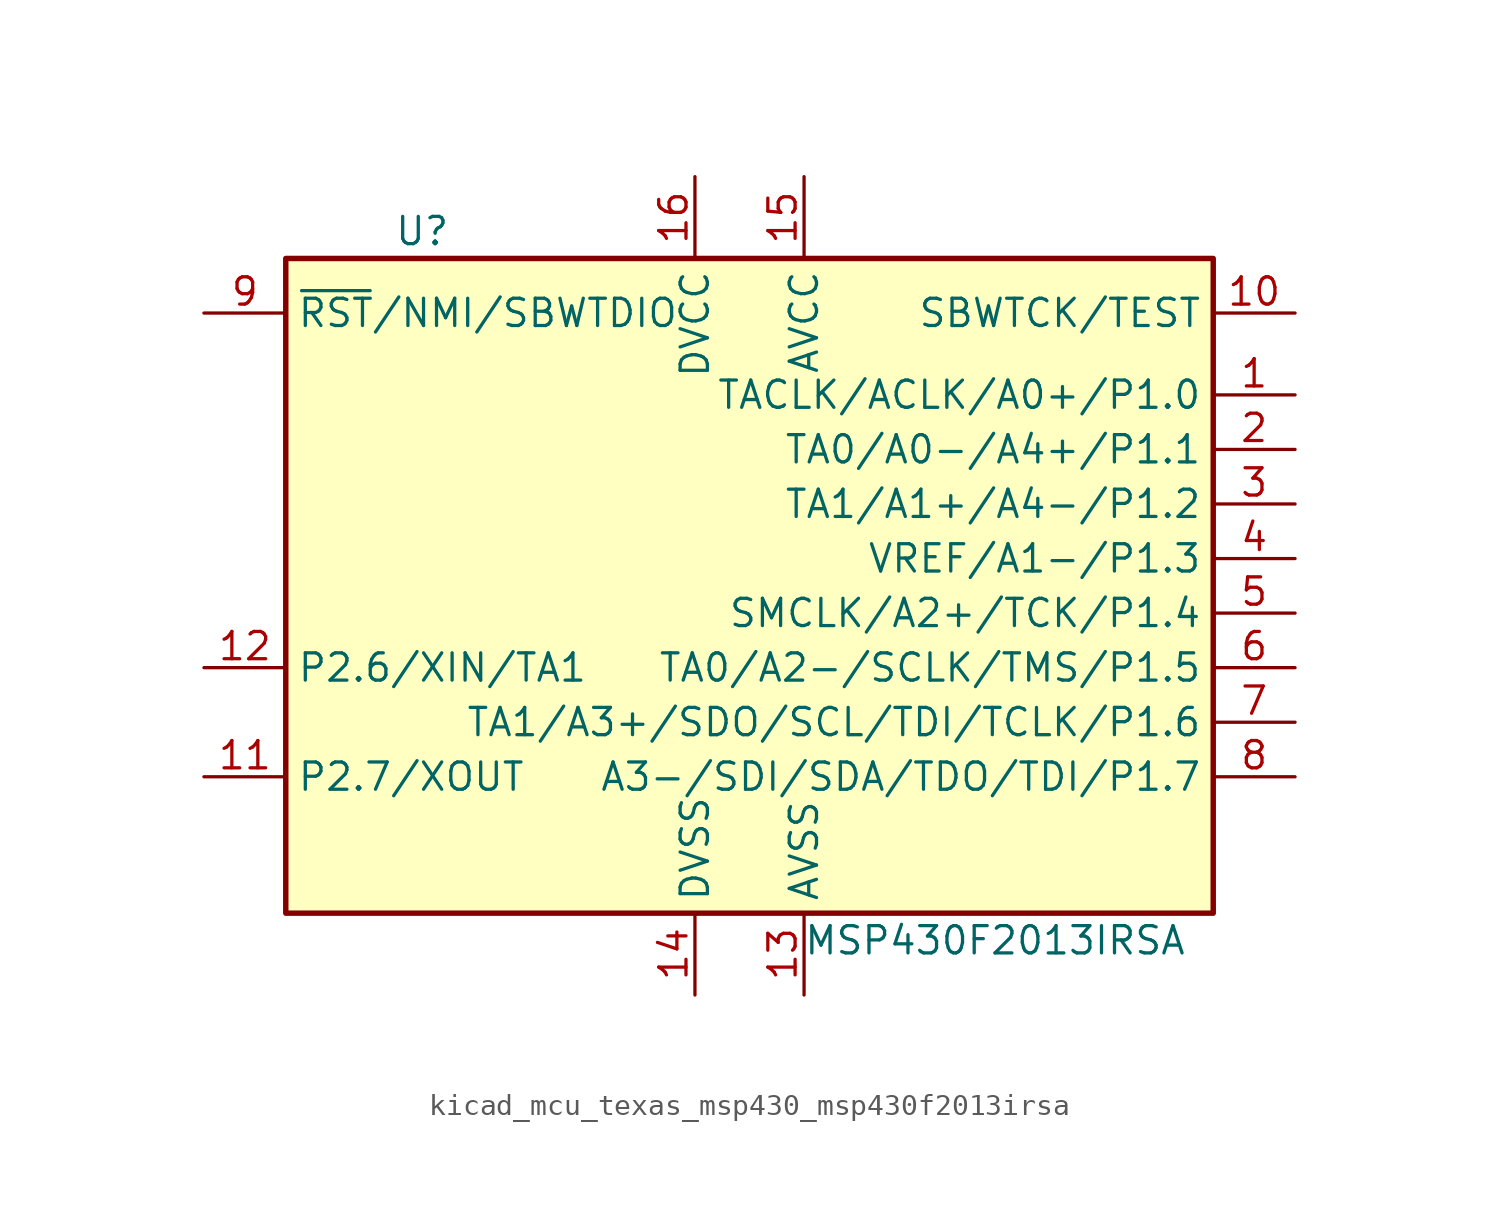
<source format=kicad_sym>
(kicad_symbol_lib
  (version 20220914)
  (generator kicad_symbol_editor)
  (symbol "kicad_mcu_texas_msp430_msp430f2013irsa"
    (property "Reference" "U"
      (at -15.24 15.24 0)
      (effects (font (size 1.27 1.27))))
    (property "Value" "MSP430F2013IRSA"
      (at 11.43 -17.78 0)
      (effects (font (size 1.27 1.27))))
    (symbol "kicad_mcu_texas_msp430_msp430f2013irsa_0_1"
      (rectangle (start -21.59 13.97) (end 21.59 -16.51) (stroke (width 0.254) (type default)) (fill (type background))))
    (symbol "kicad_mcu_texas_msp430_msp430f2013irsa_1_1"
      (pin bidirectional line (at 25.4 7.62 180) (length 3.81) (name "TACLK/ACLK/A0+/P1.0" (effects (font (size 1.27 1.27)))) (number "1" (effects (font (size 1.27 1.27)))))
      (pin input line (at 25.4 11.43 180) (length 3.81) (name "SBWTCK/TEST" (effects (font (size 1.27 1.27)))) (number "10" (effects (font (size 1.27 1.27)))))
      (pin bidirectional line (at -25.4 -10.16 0) (length 3.81) (name "P2.7/XOUT" (effects (font (size 1.27 1.27)))) (number "11" (effects (font (size 1.27 1.27)))))
      (pin bidirectional line (at -25.4 -5.08 0) (length 3.81) (name "P2.6/XIN/TA1" (effects (font (size 1.27 1.27)))) (number "12" (effects (font (size 1.27 1.27)))))
      (pin power_in line (at 2.54 -20.32 90) (length 3.81) (name "AVSS" (effects (font (size 1.27 1.27)))) (number "13" (effects (font (size 1.27 1.27)))))
      (pin power_in line (at -2.54 -20.32 90) (length 3.81) (name "DVSS" (effects (font (size 1.27 1.27)))) (number "14" (effects (font (size 1.27 1.27)))))
      (pin power_in line (at 2.54 17.78 270) (length 3.81) (name "AVCC" (effects (font (size 1.27 1.27)))) (number "15" (effects (font (size 1.27 1.27)))))
      (pin power_in line (at -2.54 17.78 270) (length 3.81) (name "DVCC" (effects (font (size 1.27 1.27)))) (number "16" (effects (font (size 1.27 1.27)))))
      (pin bidirectional line (at 25.4 5.08 180) (length 3.81) (name "TA0/A0-/A4+/P1.1" (effects (font (size 1.27 1.27)))) (number "2" (effects (font (size 1.27 1.27)))))
      (pin bidirectional line (at 25.4 2.54 180) (length 3.81) (name "TA1/A1+/A4-/P1.2" (effects (font (size 1.27 1.27)))) (number "3" (effects (font (size 1.27 1.27)))))
      (pin bidirectional line (at 25.4 0 180) (length 3.81) (name "VREF/A1-/P1.3" (effects (font (size 1.27 1.27)))) (number "4" (effects (font (size 1.27 1.27)))))
      (pin bidirectional line (at 25.4 -2.54 180) (length 3.81) (name "SMCLK/A2+/TCK/P1.4" (effects (font (size 1.27 1.27)))) (number "5" (effects (font (size 1.27 1.27)))))
      (pin bidirectional line (at 25.4 -5.08 180) (length 3.81) (name "TA0/A2-/SCLK/TMS/P1.5" (effects (font (size 1.27 1.27)))) (number "6" (effects (font (size 1.27 1.27)))))
      (pin bidirectional line (at 25.4 -7.62 180) (length 3.81) (name "TA1/A3+/SDO/SCL/TDI/TCLK/P1.6" (effects (font (size 1.27 1.27)))) (number "7" (effects (font (size 1.27 1.27)))))
      (pin bidirectional line (at 25.4 -10.16 180) (length 3.81) (name "A3-/SDI/SDA/TDO/TDI/P1.7" (effects (font (size 1.27 1.27)))) (number "8" (effects (font (size 1.27 1.27)))))
      (pin input line (at -25.4 11.43 0) (length 3.81) (name "~{RST}/NMI/SBWTDIO" (effects (font (size 1.27 1.27)))) (number "9" (effects (font (size 1.27 1.27))))))))
</source>
